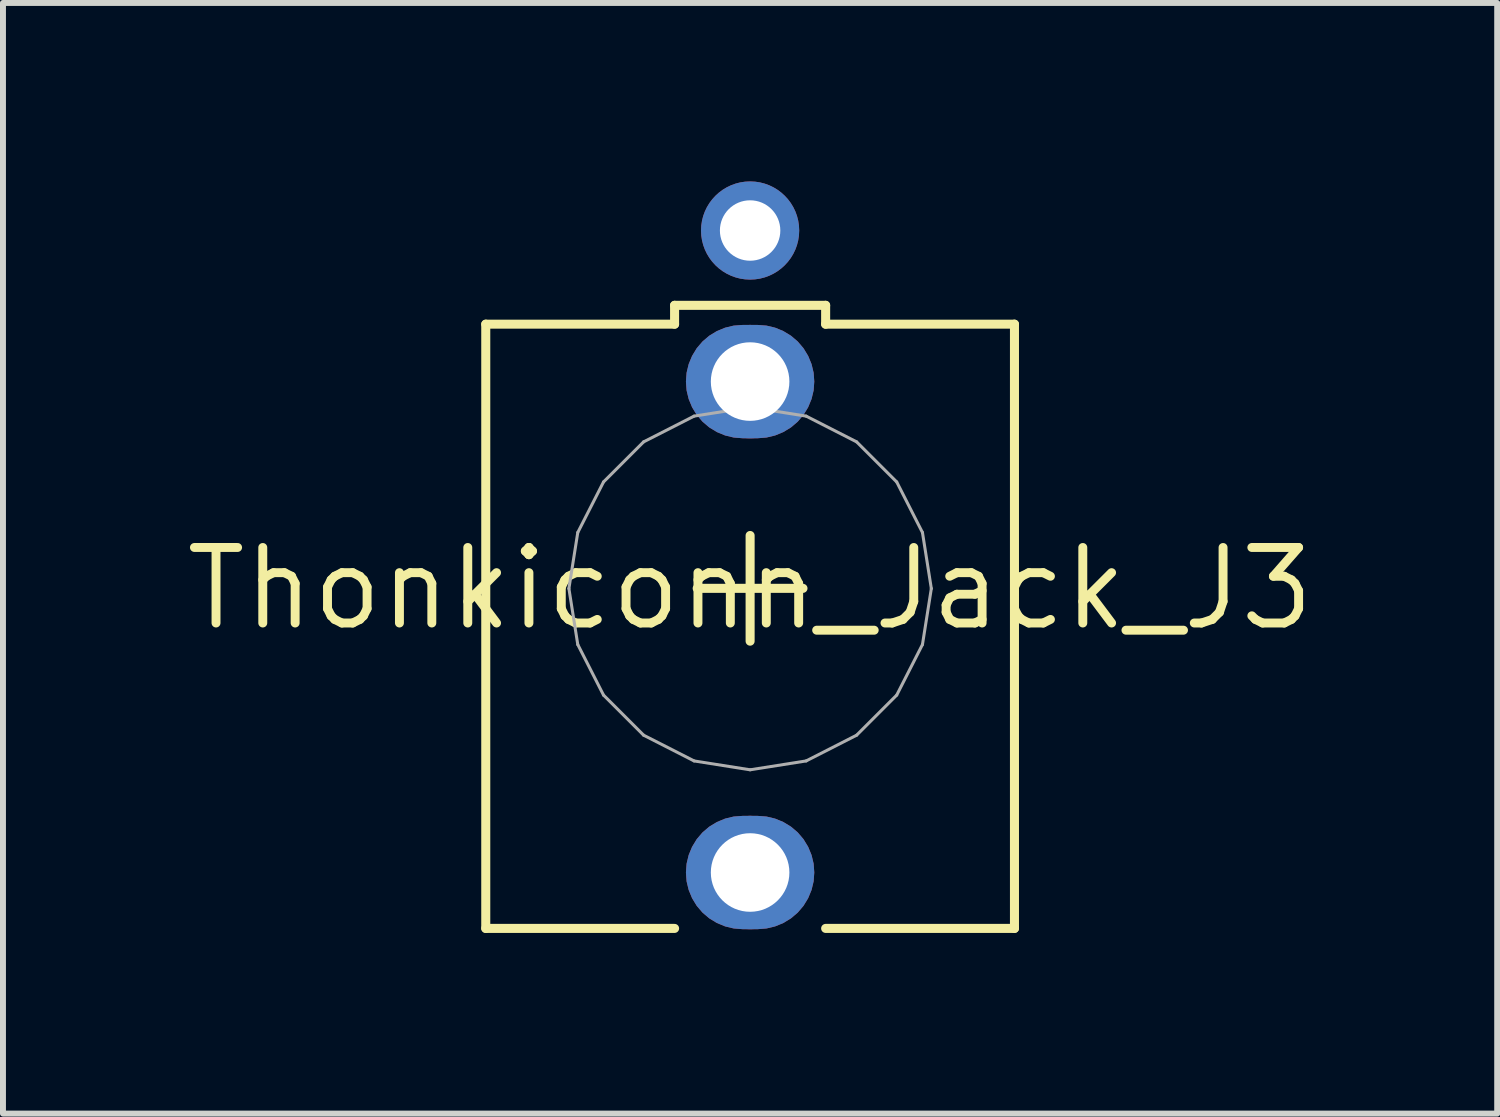
<source format=kicad_pcb>
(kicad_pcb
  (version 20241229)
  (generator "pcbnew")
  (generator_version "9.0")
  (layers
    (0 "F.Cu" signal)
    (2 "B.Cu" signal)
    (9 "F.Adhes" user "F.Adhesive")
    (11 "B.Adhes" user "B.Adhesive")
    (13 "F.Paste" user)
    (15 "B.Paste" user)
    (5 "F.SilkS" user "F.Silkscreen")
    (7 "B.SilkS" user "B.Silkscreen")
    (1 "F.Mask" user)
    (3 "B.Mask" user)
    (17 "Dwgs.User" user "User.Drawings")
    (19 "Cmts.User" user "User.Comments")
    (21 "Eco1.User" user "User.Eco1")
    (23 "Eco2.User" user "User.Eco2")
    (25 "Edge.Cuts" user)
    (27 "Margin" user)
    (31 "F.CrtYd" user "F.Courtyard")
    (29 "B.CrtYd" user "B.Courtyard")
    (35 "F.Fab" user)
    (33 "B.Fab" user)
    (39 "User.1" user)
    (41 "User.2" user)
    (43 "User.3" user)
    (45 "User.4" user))
  (footprint "Thonkiconn_Jack_J3"
    (layer "F.Cu")
    (at 9.563 6.846)
    (property "Reference" "Thonkiconn_Jack_J3" (at 0 0 0) (layer "F.SilkS") (effects (font (size 1.27 1.27) (thickness 0.15))))
    (fp_poly (pts (xy 0.276 -4.421) (xy 0.421 -4.386) (xy 0.559 -4.329) (xy 0.687 -4.251) (xy 0.801 -4.154) (xy 0.898 -4.04) (xy 0.976 -3.912) (xy 1.033 -3.774) (xy 1.068 -3.629) (xy 1.079 -3.48) (xy 1.068 -3.331) (xy 1.033 -3.186) (xy 0.976 -3.048) (xy 0.898 -2.92) (xy 0.801 -2.806) (xy 0.687 -2.709) (xy 0.559 -2.631) (xy 0.421 -2.574) (xy 0.276 -2.539) (xy 0.127 -2.527) (xy -0.127 -2.527) (xy -0.276 -2.539) (xy -0.421 -2.574) (xy -0.559 -2.631) (xy -0.687 -2.709) (xy -0.801 -2.806) (xy -0.898 -2.92) (xy -0.976 -3.048) (xy -1.033 -3.186) (xy -1.068 -3.331) (xy -1.079 -3.48) (xy -1.068 -3.629) (xy -1.033 -3.774) (xy -0.976 -3.912) (xy -0.898 -4.04) (xy -0.801 -4.154) (xy -0.687 -4.251) (xy -0.559 -4.329) (xy -0.421 -4.386) (xy -0.276 -4.421) (xy -0.127 -4.432) (xy 0.127 -4.432)) (stroke (width 0) (type default)) (fill yes) (layer "F.Cu"))
    (fp_poly (pts (xy 0.276 3.834) (xy 0.421 3.869) (xy 0.559 3.926) (xy 0.687 4.004) (xy 0.801 4.101) (xy 0.898 4.215) (xy 0.976 4.343) (xy 1.033 4.481) (xy 1.068 4.626) (xy 1.079 4.775) (xy 1.068 4.924) (xy 1.033 5.069) (xy 0.976 5.207) (xy 0.898 5.335) (xy 0.801 5.449) (xy 0.687 5.546) (xy 0.559 5.624) (xy 0.421 5.681) (xy 0.276 5.716) (xy 0.127 5.728) (xy -0.127 5.728) (xy -0.276 5.716) (xy -0.421 5.681) (xy -0.559 5.624) (xy -0.687 5.546) (xy -0.801 5.449) (xy -0.898 5.335) (xy -0.976 5.207) (xy -1.033 5.069) (xy -1.068 4.924) (xy -1.079 4.775) (xy -1.068 4.626) (xy -1.033 4.481) (xy -0.976 4.343) (xy -0.898 4.215) (xy -0.801 4.101) (xy -0.687 4.004) (xy -0.559 3.926) (xy -0.421 3.869) (xy -0.276 3.834) (xy -0.127 3.823) (xy 0.127 3.823)) (stroke (width 0) (type default)) (fill yes) (layer "F.Cu"))
    (fp_poly (pts (xy 0.292 -4.522) (xy 0.453 -4.483) (xy 0.606 -4.42) (xy 0.748 -4.334) (xy 0.873 -4.226) (xy 0.981 -4.1) (xy 1.067 -3.958) (xy 1.131 -3.806) (xy 1.169 -3.645) (xy 1.182 -3.48) (xy 1.169 -3.315) (xy 1.131 -3.154) (xy 1.067 -3.001) (xy 0.981 -2.859) (xy 0.873 -2.733) (xy 0.748 -2.626) (xy 0.606 -2.54) (xy 0.453 -2.476) (xy 0.292 -2.438) (xy 0.127 -2.425) (xy -0.127 -2.425) (xy -0.292 -2.438) (xy -0.453 -2.476) (xy -0.606 -2.54) (xy -0.748 -2.626) (xy -0.873 -2.733) (xy -0.981 -2.859) (xy -1.067 -3.001) (xy -1.131 -3.154) (xy -1.169 -3.315) (xy -1.182 -3.48) (xy -1.169 -3.645) (xy -1.131 -3.806) (xy -1.067 -3.958) (xy -0.981 -4.1) (xy -0.873 -4.226) (xy -0.748 -4.334) (xy -0.606 -4.42) (xy -0.453 -4.483) (xy -0.292 -4.522) (xy -0.127 -4.535) (xy 0.127 -4.535)) (stroke (width 0) (type default)) (fill yes) (layer "F.Mask"))
    (fp_poly (pts (xy 0.292 3.733) (xy 0.453 3.772) (xy 0.606 3.835) (xy 0.748 3.921) (xy 0.873 4.029) (xy 0.981 4.155) (xy 1.067 4.297) (xy 1.131 4.449) (xy 1.169 4.61) (xy 1.182 4.775) (xy 1.169 4.94) (xy 1.131 5.101) (xy 1.067 5.254) (xy 0.981 5.396) (xy 0.873 5.522) (xy 0.748 5.629) (xy 0.606 5.715) (xy 0.453 5.779) (xy 0.292 5.817) (xy 0.127 5.83) (xy -0.127 5.83) (xy -0.292 5.817) (xy -0.453 5.779) (xy -0.606 5.715) (xy -0.748 5.629) (xy -0.873 5.522) (xy -0.981 5.396) (xy -1.067 5.254) (xy -1.131 5.101) (xy -1.169 4.94) (xy -1.182 4.775) (xy -1.169 4.61) (xy -1.131 4.449) (xy -1.067 4.297) (xy -0.981 4.155) (xy -0.873 4.029) (xy -0.748 3.921) (xy -0.606 3.835) (xy -0.453 3.772) (xy -0.292 3.733) (xy -0.127 3.72) (xy 0.127 3.72)) (stroke (width 0) (type default)) (fill yes) (layer "F.Mask"))
    (fp_poly (pts (xy 0.276 -4.421) (xy 0.421 -4.386) (xy 0.559 -4.329) (xy 0.687 -4.251) (xy 0.801 -4.154) (xy 0.898 -4.04) (xy 0.976 -3.912) (xy 1.033 -3.774) (xy 1.068 -3.629) (xy 1.079 -3.48) (xy 1.068 -3.331) (xy 1.033 -3.186) (xy 0.976 -3.048) (xy 0.898 -2.92) (xy 0.801 -2.806) (xy 0.687 -2.709) (xy 0.559 -2.631) (xy 0.421 -2.574) (xy 0.276 -2.539) (xy 0.127 -2.527) (xy -0.127 -2.527) (xy -0.276 -2.539) (xy -0.421 -2.574) (xy -0.559 -2.631) (xy -0.687 -2.709) (xy -0.801 -2.806) (xy -0.898 -2.92) (xy -0.976 -3.048) (xy -1.033 -3.186) (xy -1.068 -3.331) (xy -1.079 -3.48) (xy -1.068 -3.629) (xy -1.033 -3.774) (xy -0.976 -3.912) (xy -0.898 -4.04) (xy -0.801 -4.154) (xy -0.687 -4.251) (xy -0.559 -4.329) (xy -0.421 -4.386) (xy -0.276 -4.421) (xy -0.127 -4.432) (xy 0.127 -4.432)) (stroke (width 0) (type default)) (fill yes) (layer "B.Cu"))
    (fp_poly (pts (xy 0.276 3.834) (xy 0.421 3.869) (xy 0.559 3.926) (xy 0.687 4.004) (xy 0.801 4.101) (xy 0.898 4.215) (xy 0.976 4.343) (xy 1.033 4.481) (xy 1.068 4.626) (xy 1.079 4.775) (xy 1.068 4.924) (xy 1.033 5.069) (xy 0.976 5.207) (xy 0.898 5.335) (xy 0.801 5.449) (xy 0.687 5.546) (xy 0.559 5.624) (xy 0.421 5.681) (xy 0.276 5.716) (xy 0.127 5.728) (xy -0.127 5.728) (xy -0.276 5.716) (xy -0.421 5.681) (xy -0.559 5.624) (xy -0.687 5.546) (xy -0.801 5.449) (xy -0.898 5.335) (xy -0.976 5.207) (xy -1.033 5.069) (xy -1.068 4.924) (xy -1.079 4.775) (xy -1.068 4.626) (xy -1.033 4.481) (xy -0.976 4.343) (xy -0.898 4.215) (xy -0.801 4.101) (xy -0.687 4.004) (xy -0.559 3.926) (xy -0.421 3.869) (xy -0.276 3.834) (xy -0.127 3.823) (xy 0.127 3.823)) (stroke (width 0) (type default)) (fill yes) (layer "B.Cu"))
    (fp_poly (pts (xy 0.292 -4.522) (xy 0.453 -4.483) (xy 0.606 -4.42) (xy 0.748 -4.334) (xy 0.873 -4.226) (xy 0.981 -4.1) (xy 1.067 -3.958) (xy 1.131 -3.806) (xy 1.169 -3.645) (xy 1.182 -3.48) (xy 1.169 -3.315) (xy 1.131 -3.154) (xy 1.067 -3.001) (xy 0.981 -2.859) (xy 0.873 -2.733) (xy 0.748 -2.626) (xy 0.606 -2.54) (xy 0.453 -2.476) (xy 0.292 -2.438) (xy 0.127 -2.425) (xy -0.127 -2.425) (xy -0.292 -2.438) (xy -0.453 -2.476) (xy -0.606 -2.54) (xy -0.748 -2.626) (xy -0.873 -2.733) (xy -0.981 -2.859) (xy -1.067 -3.001) (xy -1.131 -3.154) (xy -1.169 -3.315) (xy -1.182 -3.48) (xy -1.169 -3.645) (xy -1.131 -3.806) (xy -1.067 -3.958) (xy -0.981 -4.1) (xy -0.873 -4.226) (xy -0.748 -4.334) (xy -0.606 -4.42) (xy -0.453 -4.483) (xy -0.292 -4.522) (xy -0.127 -4.535) (xy 0.127 -4.535)) (stroke (width 0) (type default)) (fill yes) (layer "B.Mask"))
    (fp_poly (pts (xy 0.292 3.733) (xy 0.453 3.772) (xy 0.606 3.835) (xy 0.748 3.921) (xy 0.873 4.029) (xy 0.981 4.155) (xy 1.067 4.297) (xy 1.131 4.449) (xy 1.169 4.61) (xy 1.182 4.775) (xy 1.169 4.94) (xy 1.131 5.101) (xy 1.067 5.254) (xy 0.981 5.396) (xy 0.873 5.522) (xy 0.748 5.629) (xy 0.606 5.715) (xy 0.453 5.779) (xy 0.292 5.817) (xy 0.127 5.83) (xy -0.127 5.83) (xy -0.292 5.817) (xy -0.453 5.779) (xy -0.606 5.715) (xy -0.748 5.629) (xy -0.873 5.522) (xy -0.981 5.396) (xy -1.067 5.254) (xy -1.131 5.101) (xy -1.169 4.94) (xy -1.182 4.775) (xy -1.169 4.61) (xy -1.131 4.449) (xy -1.067 4.297) (xy -0.981 4.155) (xy -0.873 4.029) (xy -0.748 3.921) (xy -0.606 3.835) (xy -0.453 3.772) (xy -0.292 3.733) (xy -0.127 3.72) (xy 0.127 3.72)) (stroke (width 0) (type default)) (fill yes) (layer "B.Mask"))
    (fp_line (start -4.445 -4.445) (end -4.445 5.715) (stroke (width 0.152) (type solid)) (layer "F.SilkS"))
    (fp_line (start -1.27 -4.762) (end 1.27 -4.762) (stroke (width 0.152) (type solid)) (layer "F.SilkS"))
    (fp_line (start -1.27 -4.445) (end -4.445 -4.445) (stroke (width 0.152) (type solid)) (layer "F.SilkS"))
    (fp_line (start -1.27 -4.445) (end -1.27 -4.762) (stroke (width 0.152) (type solid)) (layer "F.SilkS"))
    (fp_line (start -1.27 5.715) (end -4.445 5.715) (stroke (width 0.152) (type solid)) (layer "F.SilkS"))
    (fp_line (start -0.89 -0.003) (end 0.889 -0.003) (stroke (width 0.152) (type solid)) (layer "F.SilkS"))
    (fp_line (start 0 0.885) (end 0 -0.892) (stroke (width 0.152) (type solid)) (layer "F.SilkS"))
    (fp_line (start 1.27 -4.762) (end 1.27 -4.445) (stroke (width 0.152) (type solid)) (layer "F.SilkS"))
    (fp_line (start 1.27 -4.445) (end 4.445 -4.445) (stroke (width 0.152) (type solid)) (layer "F.SilkS"))
    (fp_line (start 1.27 5.715) (end 4.445 5.715) (stroke (width 0.152) (type solid)) (layer "F.SilkS"))
    (fp_line (start 4.445 5.715) (end 4.445 -4.445) (stroke (width 0.152) (type solid)) (layer "F.SilkS"))
    (fp_line (start -3.047 0) (end -2.898 0.942) (stroke (width 0.051) (type solid)) (layer "F.Fab"))
    (fp_line (start -2.898 -0.942) (end -3.047 0) (stroke (width 0.051) (type solid)) (layer "F.Fab"))
    (fp_line (start -2.898 0.942) (end -2.465 1.792) (stroke (width 0.051) (type solid)) (layer "F.Fab"))
    (fp_line (start -2.465 -1.792) (end -2.898 -0.942) (stroke (width 0.051) (type solid)) (layer "F.Fab"))
    (fp_line (start -2.465 1.792) (end -1.791 2.466) (stroke (width 0.051) (type solid)) (layer "F.Fab"))
    (fp_line (start -1.791 -2.466) (end -2.465 -1.792) (stroke (width 0.051) (type solid)) (layer "F.Fab"))
    (fp_line (start -1.791 2.466) (end -0.942 2.899) (stroke (width 0.051) (type solid)) (layer "F.Fab"))
    (fp_line (start -0.942 -2.899) (end -1.791 -2.466) (stroke (width 0.051) (type solid)) (layer "F.Fab"))
    (fp_line (start -0.942 2.899) (end 0 3.048) (stroke (width 0.051) (type solid)) (layer "F.Fab"))
    (fp_line (start 0 -3.048) (end -0.942 -2.899) (stroke (width 0.051) (type solid)) (layer "F.Fab"))
    (fp_line (start 0 3.048) (end 0.942 2.899) (stroke (width 0.051) (type solid)) (layer "F.Fab"))
    (fp_line (start 0.942 -2.899) (end 0 -3.048) (stroke (width 0.051) (type solid)) (layer "F.Fab"))
    (fp_line (start 0.942 2.899) (end 1.791 2.466) (stroke (width 0.051) (type solid)) (layer "F.Fab"))
    (fp_line (start 1.791 -2.466) (end 0.942 -2.899) (stroke (width 0.051) (type solid)) (layer "F.Fab"))
    (fp_line (start 1.791 2.466) (end 2.465 1.792) (stroke (width 0.051) (type solid)) (layer "F.Fab"))
    (fp_line (start 2.465 -1.792) (end 1.791 -2.466) (stroke (width 0.051) (type solid)) (layer "F.Fab"))
    (fp_line (start 2.465 1.792) (end 2.898 0.942) (stroke (width 0.051) (type solid)) (layer "F.Fab"))
    (fp_line (start 2.898 -0.942) (end 2.465 -1.792) (stroke (width 0.051) (type solid)) (layer "F.Fab"))
    (fp_line (start 2.898 0.942) (end 3.047 0) (stroke (width 0.051) (type solid)) (layer "F.Fab"))
    (fp_line (start 3.047 0) (end 2.898 -0.942) (stroke (width 0.051) (type solid)) (layer "F.Fab"))
    (pad "1" thru_hole circle (at 0 -3.48) (size 1.905 1.905) (drill 1.321) (layers "*.Cu"))
    (pad "2" thru_hole circle (at 0 4.775) (size 1.905 1.905) (drill 1.321) (layers "*.Cu"))
    (pad "3" thru_hole circle (at 0 -6.02) (size 1.651 1.651) (drill 1.016) (layers "*.Cu" "*.Mask"))
    (zone (net_name "") (layer "F.Cu") (hatch edge 0.5) (connect_pads) (min_thickness 0.25) (filled_areas_thickness no) (keepout (tracks not_allowed) (vias not_allowed) (pads not_allowed) (copperpour not_allowed) (footprints allowed)) (placement (enabled no)) (fill) (polygon (pts (xy 10.805 6.845) (xy 10.785 6.623) (xy 10.725 6.408) (xy 10.629 6.207) (xy 10.498 6.027) (xy 10.337 5.873) (xy 10.151 5.751) (xy 9.946 5.663) (xy 9.729 5.614) (xy 9.507 5.604) (xy 9.286 5.634) (xy 9.074 5.702) (xy 8.878 5.808) (xy 8.704 5.947) (xy 8.558 6.114) (xy 8.444 6.306) (xy 8.365 6.514) (xy 8.326 6.733) (xy 8.326 6.956) (xy 8.365 7.175) (xy 8.444 7.383) (xy 8.558 7.575) (xy 8.704 7.742) (xy 8.878 7.881) (xy 9.074 7.987) (xy 9.286 8.055) (xy 9.507 8.085) (xy 9.729 8.075) (xy 9.946 8.026) (xy 10.151 7.938) (xy 10.337 7.816) (xy 10.498 7.662) (xy 10.629 7.482) (xy 10.725 7.281) (xy 10.785 7.066))) (polygon (pts (xy 10.555 6.845) (xy 10.534 6.645) (xy 10.474 6.453) (xy 10.377 6.278) (xy 10.246 6.126) (xy 10.087 6.003) (xy 9.907 5.914) (xy 9.713 5.864) (xy 9.512 5.854) (xy 9.314 5.884) (xy 9.126 5.954) (xy 8.955 6.06) (xy 8.81 6.198) (xy 8.695 6.363) (xy 8.616 6.548) (xy 8.576 6.744) (xy 8.576 6.945) (xy 8.616 7.141) (xy 8.695 7.326) (xy 8.81 7.491) (xy 8.955 7.629) (xy 9.126 7.735) (xy 9.314 7.805) (xy 9.512 7.835) (xy 9.713 7.825) (xy 9.907 7.775) (xy 10.087 7.686) (xy 10.246 7.563) (xy 10.377 7.411) (xy 10.474 7.236) (xy 10.534 7.044)))))
  (gr_rect
    (start -3 -3)
    (end 22.125 15.675)
    (stroke (width 0.1) (type default))
    (fill no)
    (layer "Edge.Cuts")))
</source>
